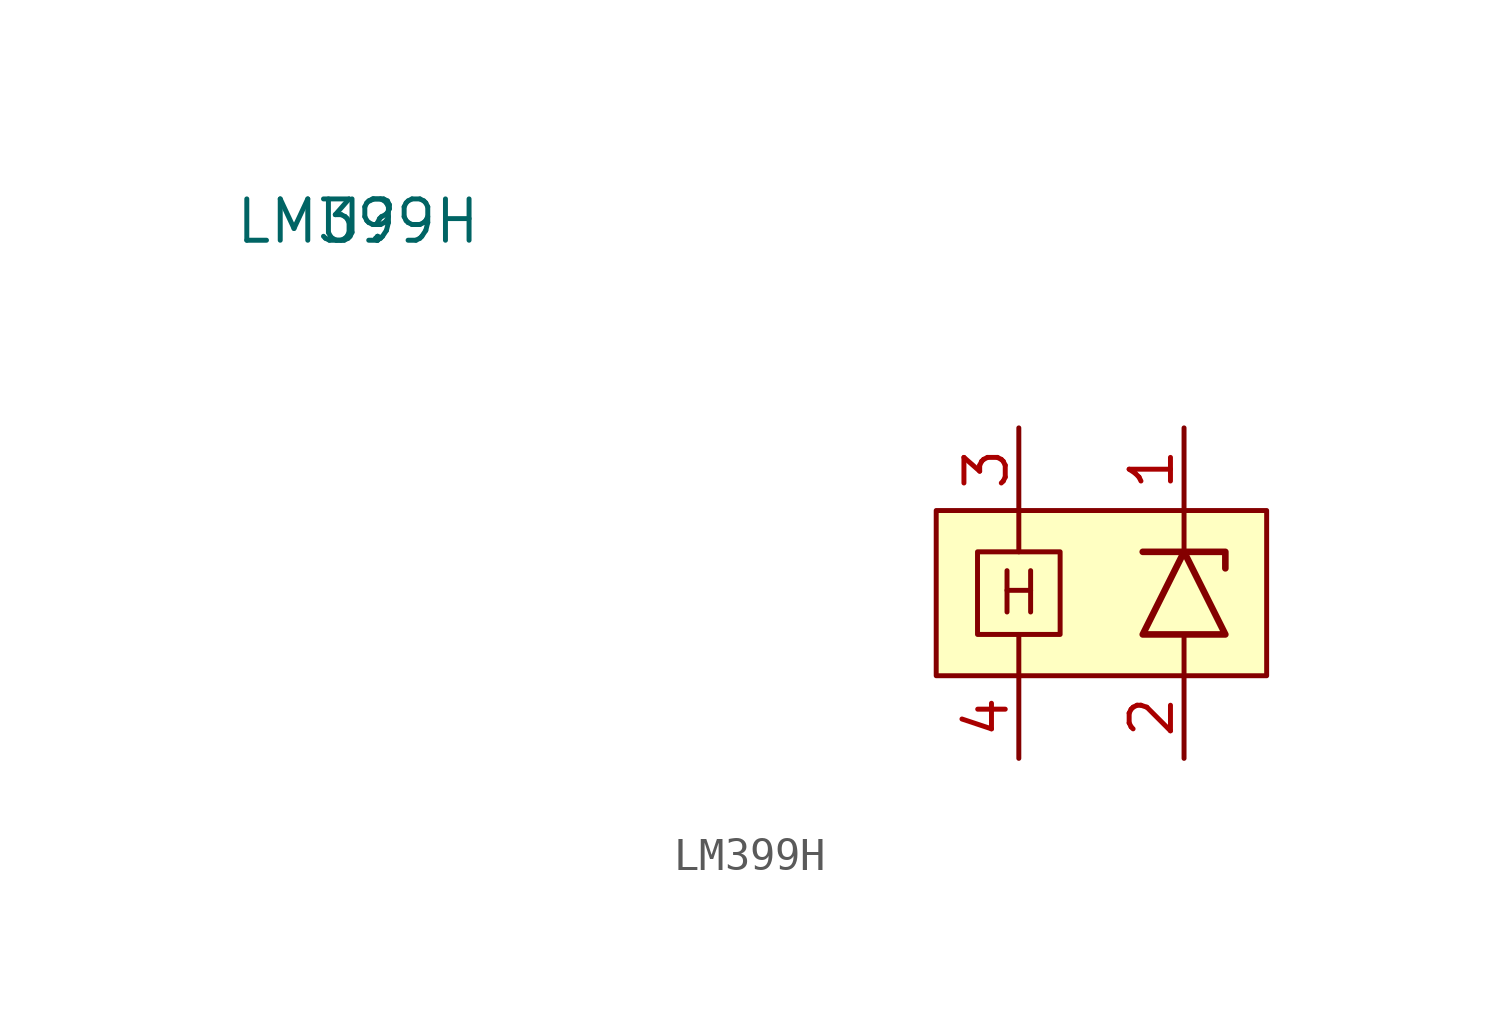
<source format=kicad_sym>
(kicad_symbol_lib
  (version 20220914)
  (generator kicad_symbol_editor)
  (symbol "LM399H"
    (pin_names
      (offset 1.016))
    (property "Reference" "U"
      (at -22.86 11.43 0)
      (effects (font (size 1.27 1.27))))
    (property "Value" "LM399H"
      (at -22.86 11.43 0)
      (effects (font (size 1.27 1.27))))
    (symbol "LM399H_0_0"
      (rectangle (start -5.08 2.54) (end 5.08 -2.54) (stroke (width 0) (type solid)) (fill (type background)))
      (rectangle (start -3.81 1.27) (end -1.27 -1.27) (stroke (width 0) (type solid)) (fill (type none)))
      (polyline (pts (xy -2.54 -2.54) (xy -2.54 -1.27)) (stroke (width 0) (type solid)) (fill (type none)))
      (polyline (pts (xy -2.54 1.27) (xy -2.54 2.54)) (stroke (width 0) (type solid)) (fill (type none)))
      (polyline (pts (xy 2.54 -2.54) (xy 2.54 -1.27)) (stroke (width 0) (type solid)) (fill (type none)))
      (polyline (pts (xy 2.54 1.27) (xy 2.54 2.54)) (stroke (width 0) (type solid)) (fill (type none)))
      (text "H" (at -2.54 0 0) (effects (font (size 1.27 1.27)))))
    (symbol "LM399H_1_1"
      (polyline (pts (xy 1.27 1.27) (xy 3.81 1.27) (xy 3.81 0.762)) (stroke (width 0.203) (type solid)) (fill (type none)))
      (polyline (pts (xy 1.27 -1.27) (xy 3.81 -1.27) (xy 2.54 1.27) (xy 1.27 -1.27)) (stroke (width 0.203) (type solid)) (fill (type none)))
      (pin passive line (at 2.54 5.08 270) (length 2.54) (name "~" (effects (font (size 1.27 1.27)))) (number "1" (effects (font (size 1.27 1.27)))))
      (pin passive line (at 2.54 -5.08 90) (length 2.54) (name "~" (effects (font (size 1.27 1.27)))) (number "2" (effects (font (size 1.27 1.27)))))
      (pin passive line (at -2.54 5.08 270) (length 2.54) (name "~" (effects (font (size 1.27 1.27)))) (number "3" (effects (font (size 1.27 1.27)))))
      (pin passive line (at -2.54 -5.08 90) (length 2.54) (name "~" (effects (font (size 1.27 1.27)))) (number "4" (effects (font (size 1.27 1.27))))))))
</source>
